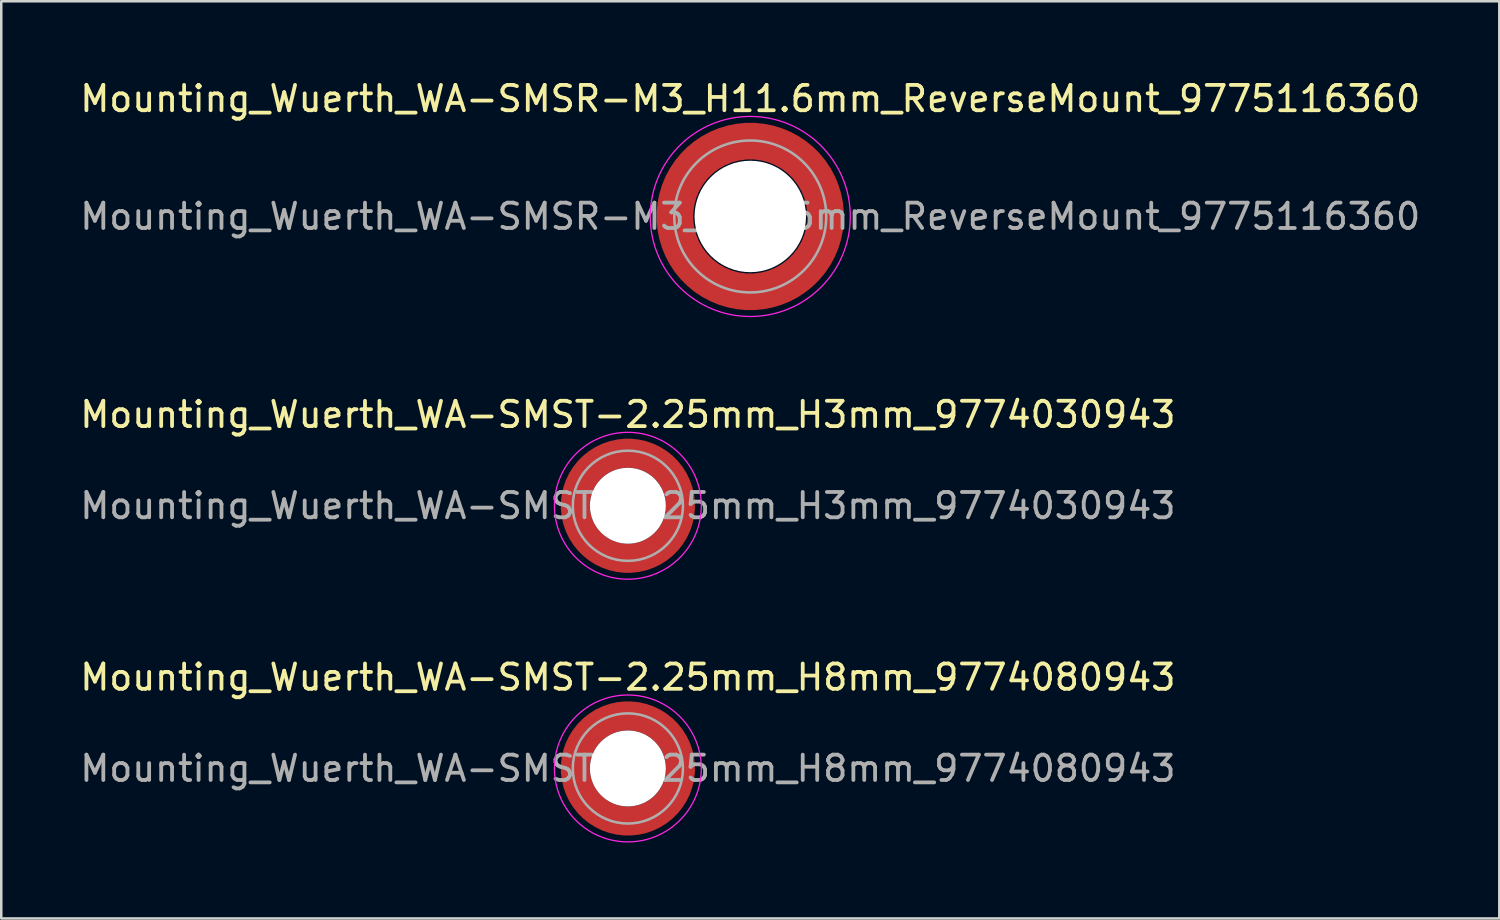
<source format=kicad_pcb>
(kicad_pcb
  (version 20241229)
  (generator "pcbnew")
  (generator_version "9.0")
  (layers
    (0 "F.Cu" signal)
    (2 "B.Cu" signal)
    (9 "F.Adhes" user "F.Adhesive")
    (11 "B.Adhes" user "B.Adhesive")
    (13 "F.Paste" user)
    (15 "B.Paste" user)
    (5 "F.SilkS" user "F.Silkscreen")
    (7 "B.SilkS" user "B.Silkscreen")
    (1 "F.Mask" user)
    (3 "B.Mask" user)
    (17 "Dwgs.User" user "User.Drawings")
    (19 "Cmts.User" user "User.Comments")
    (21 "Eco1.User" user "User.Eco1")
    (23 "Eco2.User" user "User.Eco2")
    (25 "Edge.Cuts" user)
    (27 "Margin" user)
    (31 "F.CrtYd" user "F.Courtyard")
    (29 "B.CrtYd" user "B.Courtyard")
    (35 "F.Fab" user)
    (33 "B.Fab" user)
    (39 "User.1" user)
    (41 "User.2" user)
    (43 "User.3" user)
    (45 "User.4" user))
  (footprint "Mounting_Wuerth_WA-SMST-2.25mm_H8mm_9774080943"
    (layer "F.Cu")
    (at 21.744 27.295)
    (property "Reference" "Mounting_Wuerth_WA-SMST-2.25mm_H8mm_9774080943" (at 0 -3.6 0) (layer "F.SilkS") (effects (font (size 1 1) (thickness 0.15))))
    (attr smd allow_soldermask_bridges)
    (fp_circle (center 0 0) (end 2.9 0) (stroke (width 0.05) (type solid)) (fill no) (layer "F.CrtYd"))
    (fp_circle (center 0 0) (end 2.175 0) (stroke (width 0.1) (type solid)) (fill no) (layer "F.Fab"))
    (fp_text user "${REFERENCE}" (at 0 0 0) (layer "F.Fab") (effects (font (size 1 1) (thickness 0.15))))
    (pad "" smd custom (at -1.453 -1.453) (size 0.505 0.505) (layers "F.Paste") (options (anchor circle)) (primitives (gr_arc (start -0.147677 1.053104) (mid 0.286378 0.286378) (end 1.053104 -0.147677) (width 0.2)) (gr_arc (start -0.240295 1.053104) (mid 0.222739 0.222739) (end 1.053104 -0.240295) (width 0.2)) (gr_arc (start -0.332645 1.053104) (mid 0.159099 0.159099) (end 1.053104 -0.332645) (width 0.2)) (gr_arc (start -0.424767 1.053104) (mid 0.095459 0.095459) (end 1.053104 -0.424767) (width 0.2)) (gr_arc (start -0.516693 1.053104) (mid 0.03182 0.03182) (end 1.053104 -0.516693) (width 0.2)) (gr_arc (start -0.608448 1.053104) (mid -0.03182 -0.03182) (end 1.053104 -0.608448) (width 0.2)) (gr_arc (start -0.700056 1.053104) (mid -0.095459 -0.095459) (end 1.053104 -0.700056) (width 0.2)) (gr_arc (start -0.791534 1.053104) (mid -0.159099 -0.159099) (end 1.053104 -0.791534) (width 0.2)) (gr_arc (start -0.882896 1.053104) (mid -0.222739 -0.222739) (end 1.053104 -0.882896) (width 0.2)) (gr_arc (start -0.974157 1.053104) (mid -0.286378 -0.286378) (end 1.053104 -0.974157) (width 0.2)) (gr_line (start 1.053 -0.148) (end 1.053 -0.974) (width 0.2)) (gr_line (start -0.148 1.053) (end -0.974 1.053) (width 0.2))))
    (pad "" smd custom (at -1.453 1.453) (size 0.505 0.505) (layers "F.Paste") (options (anchor circle)) (primitives (gr_arc (start 1.053104 0.147677) (mid 0.286378 -0.286378) (end -0.147677 -1.053104) (width 0.2)) (gr_arc (start 1.053104 0.240295) (mid 0.222739 -0.222739) (end -0.240295 -1.053104) (width 0.2)) (gr_arc (start 1.053104 0.332645) (mid 0.159099 -0.159099) (end -0.332645 -1.053104) (width 0.2)) (gr_arc (start 1.053104 0.424767) (mid 0.095459 -0.095459) (end -0.424767 -1.053104) (width 0.2)) (gr_arc (start 1.053104 0.516693) (mid 0.03182 -0.03182) (end -0.516693 -1.053104) (width 0.2)) (gr_arc (start 1.053104 0.608448) (mid -0.03182 0.03182) (end -0.608448 -1.053104) (width 0.2)) (gr_arc (start 1.053104 0.700056) (mid -0.095459 0.095459) (end -0.700056 -1.053104) (width 0.2)) (gr_arc (start 1.053104 0.791534) (mid -0.159099 0.159099) (end -0.791534 -1.053104) (width 0.2)) (gr_arc (start 1.053104 0.882896) (mid -0.222739 0.222739) (end -0.882896 -1.053104) (width 0.2)) (gr_arc (start 1.053104 0.974157) (mid -0.286378 0.286378) (end -0.974157 -1.053104) (width 0.2)) (gr_line (start -0.148 -1.053) (end -0.974 -1.053) (width 0.2)) (gr_line (start 1.053 0.148) (end 1.053 0.974) (width 0.2))))
    (pad "" np_thru_hole circle (at 0 0) (size 3 3) (drill 3) (layers "*.Cu" "*.Mask"))
    (pad "" smd custom (at 1.453 -1.453) (size 0.505 0.505) (layers "F.Paste") (options (anchor circle)) (primitives (gr_arc (start -1.053104 -0.147677) (mid -0.286378 0.286378) (end 0.147677 1.053104) (width 0.2)) (gr_arc (start -1.053104 -0.240295) (mid -0.222739 0.222739) (end 0.240295 1.053104) (width 0.2)) (gr_arc (start -1.053104 -0.332645) (mid -0.159099 0.159099) (end 0.332645 1.053104) (width 0.2)) (gr_arc (start -1.053104 -0.424767) (mid -0.095459 0.095459) (end 0.424767 1.053104) (width 0.2)) (gr_arc (start -1.053104 -0.516693) (mid -0.03182 0.03182) (end 0.516693 1.053104) (width 0.2)) (gr_arc (start -1.053104 -0.608448) (mid 0.03182 -0.03182) (end 0.608448 1.053104) (width 0.2)) (gr_arc (start -1.053104 -0.700056) (mid 0.095459 -0.095459) (end 0.700056 1.053104) (width 0.2)) (gr_arc (start -1.053104 -0.791534) (mid 0.159099 -0.159099) (end 0.791534 1.053104) (width 0.2)) (gr_arc (start -1.053104 -0.882896) (mid 0.222739 -0.222739) (end 0.882896 1.053104) (width 0.2)) (gr_arc (start -1.053104 -0.974157) (mid 0.286378 -0.286378) (end 0.974157 1.053104) (width 0.2)) (gr_line (start 0.148 1.053) (end 0.974 1.053) (width 0.2)) (gr_line (start -1.053 -0.148) (end -1.053 -0.974) (width 0.2))))
    (pad "" smd custom (at 1.453 1.453) (size 0.505 0.505) (layers "F.Paste") (options (anchor circle)) (primitives (gr_arc (start 0.147677 -1.053104) (mid -0.286378 -0.286378) (end -1.053104 0.147677) (width 0.2)) (gr_arc (start 0.240295 -1.053104) (mid -0.222739 -0.222739) (end -1.053104 0.240295) (width 0.2)) (gr_arc (start 0.332645 -1.053104) (mid -0.159099 -0.159099) (end -1.053104 0.332645) (width 0.2)) (gr_arc (start 0.424767 -1.053104) (mid -0.095459 -0.095459) (end -1.053104 0.424767) (width 0.2)) (gr_arc (start 0.516693 -1.053104) (mid -0.03182 -0.03182) (end -1.053104 0.516693) (width 0.2)) (gr_arc (start 0.608448 -1.053104) (mid 0.03182 0.03182) (end -1.053104 0.608448) (width 0.2)) (gr_arc (start 0.700056 -1.053104) (mid 0.095459 0.095459) (end -1.053104 0.700056) (width 0.2)) (gr_arc (start 0.791534 -1.053104) (mid 0.159099 0.159099) (end -1.053104 0.791534) (width 0.2)) (gr_arc (start 0.882896 -1.053104) (mid 0.222739 0.222739) (end -1.053104 0.882896) (width 0.2)) (gr_arc (start 0.974157 -1.053104) (mid 0.286378 0.286378) (end -1.053104 0.974157) (width 0.2)) (gr_line (start -1.053 0.148) (end -1.053 0.974) (width 0.2)) (gr_line (start 0.148 -1.053) (end 0.974 -1.053) (width 0.2))))
    (pad "1" smd circle (at -2.075 0) (size 0.642 0.642) (layers "F.Cu"))
    (pad "1" smd circle (at 0 -2.075) (size 0.642 0.642) (layers "F.Cu"))
    (pad "1" smd circle (at 0 2.075) (size 0.642 0.642) (layers "F.Cu"))
    (pad "1" smd custom (at 2.075 0) (size 1.15 1.15) (layers "F.Cu" "F.Mask") (options (anchor circle)) (primitives (gr_circle (center -2.075 0) (end 0 0) (width 1.15) (fill no)))))
  (footprint "Mounting_Wuerth_WA-SMST-2.25mm_H3mm_9774030943"
    (layer "F.Cu")
    (at 21.744 16.922)
    (property "Reference" "Mounting_Wuerth_WA-SMST-2.25mm_H3mm_9774030943" (at 0 -3.6 0) (layer "F.SilkS") (effects (font (size 1 1) (thickness 0.15))))
    (attr smd allow_soldermask_bridges)
    (fp_circle (center 0 0) (end 2.9 0) (stroke (width 0.05) (type solid)) (fill no) (layer "F.CrtYd"))
    (fp_circle (center 0 0) (end 2.175 0) (stroke (width 0.1) (type solid)) (fill no) (layer "F.Fab"))
    (fp_text user "${REFERENCE}" (at 0 0 0) (layer "F.Fab") (effects (font (size 1 1) (thickness 0.15))))
    (pad "" smd custom (at -1.453 -1.453) (size 0.505 0.505) (layers "F.Paste") (options (anchor circle)) (primitives (gr_arc (start -0.147677 1.053104) (mid 0.286378 0.286378) (end 1.053104 -0.147677) (width 0.2)) (gr_arc (start -0.240295 1.053104) (mid 0.222739 0.222739) (end 1.053104 -0.240295) (width 0.2)) (gr_arc (start -0.332645 1.053104) (mid 0.159099 0.159099) (end 1.053104 -0.332645) (width 0.2)) (gr_arc (start -0.424767 1.053104) (mid 0.095459 0.095459) (end 1.053104 -0.424767) (width 0.2)) (gr_arc (start -0.516693 1.053104) (mid 0.03182 0.03182) (end 1.053104 -0.516693) (width 0.2)) (gr_arc (start -0.608448 1.053104) (mid -0.03182 -0.03182) (end 1.053104 -0.608448) (width 0.2)) (gr_arc (start -0.700056 1.053104) (mid -0.095459 -0.095459) (end 1.053104 -0.700056) (width 0.2)) (gr_arc (start -0.791534 1.053104) (mid -0.159099 -0.159099) (end 1.053104 -0.791534) (width 0.2)) (gr_arc (start -0.882896 1.053104) (mid -0.222739 -0.222739) (end 1.053104 -0.882896) (width 0.2)) (gr_arc (start -0.974157 1.053104) (mid -0.286378 -0.286378) (end 1.053104 -0.974157) (width 0.2)) (gr_line (start 1.053 -0.148) (end 1.053 -0.974) (width 0.2)) (gr_line (start -0.148 1.053) (end -0.974 1.053) (width 0.2))))
    (pad "" smd custom (at -1.453 1.453) (size 0.505 0.505) (layers "F.Paste") (options (anchor circle)) (primitives (gr_arc (start 1.053104 0.147677) (mid 0.286378 -0.286378) (end -0.147677 -1.053104) (width 0.2)) (gr_arc (start 1.053104 0.240295) (mid 0.222739 -0.222739) (end -0.240295 -1.053104) (width 0.2)) (gr_arc (start 1.053104 0.332645) (mid 0.159099 -0.159099) (end -0.332645 -1.053104) (width 0.2)) (gr_arc (start 1.053104 0.424767) (mid 0.095459 -0.095459) (end -0.424767 -1.053104) (width 0.2)) (gr_arc (start 1.053104 0.516693) (mid 0.03182 -0.03182) (end -0.516693 -1.053104) (width 0.2)) (gr_arc (start 1.053104 0.608448) (mid -0.03182 0.03182) (end -0.608448 -1.053104) (width 0.2)) (gr_arc (start 1.053104 0.700056) (mid -0.095459 0.095459) (end -0.700056 -1.053104) (width 0.2)) (gr_arc (start 1.053104 0.791534) (mid -0.159099 0.159099) (end -0.791534 -1.053104) (width 0.2)) (gr_arc (start 1.053104 0.882896) (mid -0.222739 0.222739) (end -0.882896 -1.053104) (width 0.2)) (gr_arc (start 1.053104 0.974157) (mid -0.286378 0.286378) (end -0.974157 -1.053104) (width 0.2)) (gr_line (start -0.148 -1.053) (end -0.974 -1.053) (width 0.2)) (gr_line (start 1.053 0.148) (end 1.053 0.974) (width 0.2))))
    (pad "" np_thru_hole circle (at 0 0) (size 3 3) (drill 3) (layers "*.Cu" "*.Mask"))
    (pad "" smd custom (at 1.453 -1.453) (size 0.505 0.505) (layers "F.Paste") (options (anchor circle)) (primitives (gr_arc (start -1.053104 -0.147677) (mid -0.286378 0.286378) (end 0.147677 1.053104) (width 0.2)) (gr_arc (start -1.053104 -0.240295) (mid -0.222739 0.222739) (end 0.240295 1.053104) (width 0.2)) (gr_arc (start -1.053104 -0.332645) (mid -0.159099 0.159099) (end 0.332645 1.053104) (width 0.2)) (gr_arc (start -1.053104 -0.424767) (mid -0.095459 0.095459) (end 0.424767 1.053104) (width 0.2)) (gr_arc (start -1.053104 -0.516693) (mid -0.03182 0.03182) (end 0.516693 1.053104) (width 0.2)) (gr_arc (start -1.053104 -0.608448) (mid 0.03182 -0.03182) (end 0.608448 1.053104) (width 0.2)) (gr_arc (start -1.053104 -0.700056) (mid 0.095459 -0.095459) (end 0.700056 1.053104) (width 0.2)) (gr_arc (start -1.053104 -0.791534) (mid 0.159099 -0.159099) (end 0.791534 1.053104) (width 0.2)) (gr_arc (start -1.053104 -0.882896) (mid 0.222739 -0.222739) (end 0.882896 1.053104) (width 0.2)) (gr_arc (start -1.053104 -0.974157) (mid 0.286378 -0.286378) (end 0.974157 1.053104) (width 0.2)) (gr_line (start 0.148 1.053) (end 0.974 1.053) (width 0.2)) (gr_line (start -1.053 -0.148) (end -1.053 -0.974) (width 0.2))))
    (pad "" smd custom (at 1.453 1.453) (size 0.505 0.505) (layers "F.Paste") (options (anchor circle)) (primitives (gr_arc (start 0.147677 -1.053104) (mid -0.286378 -0.286378) (end -1.053104 0.147677) (width 0.2)) (gr_arc (start 0.240295 -1.053104) (mid -0.222739 -0.222739) (end -1.053104 0.240295) (width 0.2)) (gr_arc (start 0.332645 -1.053104) (mid -0.159099 -0.159099) (end -1.053104 0.332645) (width 0.2)) (gr_arc (start 0.424767 -1.053104) (mid -0.095459 -0.095459) (end -1.053104 0.424767) (width 0.2)) (gr_arc (start 0.516693 -1.053104) (mid -0.03182 -0.03182) (end -1.053104 0.516693) (width 0.2)) (gr_arc (start 0.608448 -1.053104) (mid 0.03182 0.03182) (end -1.053104 0.608448) (width 0.2)) (gr_arc (start 0.700056 -1.053104) (mid 0.095459 0.095459) (end -1.053104 0.700056) (width 0.2)) (gr_arc (start 0.791534 -1.053104) (mid 0.159099 0.159099) (end -1.053104 0.791534) (width 0.2)) (gr_arc (start 0.882896 -1.053104) (mid 0.222739 0.222739) (end -1.053104 0.882896) (width 0.2)) (gr_arc (start 0.974157 -1.053104) (mid 0.286378 0.286378) (end -1.053104 0.974157) (width 0.2)) (gr_line (start -1.053 0.148) (end -1.053 0.974) (width 0.2)) (gr_line (start 0.148 -1.053) (end 0.974 -1.053) (width 0.2))))
    (pad "1" smd circle (at -2.075 0) (size 0.642 0.642) (layers "F.Cu"))
    (pad "1" smd circle (at 0 -2.075) (size 0.642 0.642) (layers "F.Cu"))
    (pad "1" smd circle (at 0 2.075) (size 0.642 0.642) (layers "F.Cu"))
    (pad "1" smd custom (at 2.075 0) (size 1.15 1.15) (layers "F.Cu" "F.Mask") (options (anchor circle)) (primitives (gr_circle (center -2.075 0) (end 0 0) (width 1.15) (fill no)))))
  (footprint "Mounting_Wuerth_WA-SMSR-M3_H11.6mm_ReverseMount_9775116360"
    (layer "F.Cu")
    (at 26.577 5.498)
    (property "Reference" "Mounting_Wuerth_WA-SMSR-M3_H11.6mm_ReverseMount_9775116360" (at 0 -4.65 0) (layer "F.SilkS") (effects (font (size 1 1) (thickness 0.15))))
    (attr smd allow_soldermask_bridges)
    (fp_circle (center 0 0) (end 3.95 0) (stroke (width 0.05) (type solid)) (fill no) (layer "F.CrtYd"))
    (fp_circle (center 0 0) (end 3 0) (stroke (width 0.1) (type solid)) (fill no) (layer "F.Fab"))
    (fp_text user "${REFERENCE}" (at 0 0 0) (layer "F.Fab") (effects (font (size 1 1) (thickness 0.15))))
    (pad "" smd custom (at -2.095 -2.095) (size 0.672 0.672) (layers "F.Paste") (options (anchor circle)) (primitives (gr_arc (start -0.24231 1.594804) (mid 0.404819 0.404819) (end 1.594804 -0.24231) (width 0.2)) (gr_arc (start -0.3398 1.594804) (mid 0.337349 0.337349) (end 1.594804 -0.3398) (width 0.2)) (gr_arc (start -0.437132 1.594804) (mid 0.269879 0.269879) (end 1.594804 -0.437132) (width 0.2)) (gr_arc (start -0.534324 1.594804) (mid 0.202409 0.202409) (end 1.594804 -0.534324) (width 0.2)) (gr_arc (start -0.631391 1.594804) (mid 0.13494 0.13494) (end 1.594804 -0.631391) (width 0.2)) (gr_arc (start -0.728345 1.594804) (mid 0.06747 0.06747) (end 1.594804 -0.728345) (width 0.2)) (gr_arc (start -0.825197 1.594804) (mid 0 0) (end 1.594804 -0.825197) (width 0.2)) (gr_arc (start -0.921958 1.594804) (mid -0.06747 -0.06747) (end 1.594804 -0.921958) (width 0.2)) (gr_arc (start -1.018637 1.594804) (mid -0.13494 -0.13494) (end 1.594804 -1.018637) (width 0.2)) (gr_arc (start -1.115239 1.594804) (mid -0.202409 -0.202409) (end 1.594804 -1.115239) (width 0.2)) (gr_arc (start -1.211773 1.594804) (mid -0.269879 -0.269879) (end 1.594804 -1.211773) (width 0.2)) (gr_arc (start -1.308244 1.594804) (mid -0.337349 -0.337349) (end 1.594804 -1.308244) (width 0.2)) (gr_arc (start -1.404657 1.594804) (mid -0.404819 -0.404819) (end 1.594804 -1.404657) (width 0.2)) (gr_arc (start -1.404657 1.594804) (mid -0.404819 -0.404819) (end 1.594804 -1.404657) (width 0.2)) (gr_line (start 1.595 -0.242) (end 1.595 -1.405) (width 0.2)) (gr_line (start -0.242 1.595) (end -1.405 1.595) (width 0.2))))
    (pad "" smd custom (at -2.095 2.095) (size 0.672 0.672) (layers "F.Paste") (options (anchor circle)) (primitives (gr_arc (start 1.594804 0.24231) (mid 0.404819 -0.404819) (end -0.24231 -1.594804) (width 0.2)) (gr_arc (start 1.594804 0.3398) (mid 0.337349 -0.337349) (end -0.3398 -1.594804) (width 0.2)) (gr_arc (start 1.594804 0.437132) (mid 0.269879 -0.269879) (end -0.437132 -1.594804) (width 0.2)) (gr_arc (start 1.594804 0.534324) (mid 0.202409 -0.202409) (end -0.534324 -1.594804) (width 0.2)) (gr_arc (start 1.594804 0.631391) (mid 0.13494 -0.13494) (end -0.631391 -1.594804) (width 0.2)) (gr_arc (start 1.594804 0.728345) (mid 0.06747 -0.06747) (end -0.728345 -1.594804) (width 0.2)) (gr_arc (start 1.594804 0.825197) (mid 0 0) (end -0.825197 -1.594804) (width 0.2)) (gr_arc (start 1.594804 0.921958) (mid -0.06747 0.06747) (end -0.921958 -1.594804) (width 0.2)) (gr_arc (start 1.594804 1.018637) (mid -0.13494 0.13494) (end -1.018637 -1.594804) (width 0.2)) (gr_arc (start 1.594804 1.115239) (mid -0.202409 0.202409) (end -1.115239 -1.594804) (width 0.2)) (gr_arc (start 1.594804 1.211773) (mid -0.269879 0.269879) (end -1.211773 -1.594804) (width 0.2)) (gr_arc (start 1.594804 1.308244) (mid -0.337349 0.337349) (end -1.308244 -1.594804) (width 0.2)) (gr_arc (start 1.594804 1.404657) (mid -0.404819 0.404819) (end -1.404657 -1.594804) (width 0.2)) (gr_arc (start 1.594804 1.404657) (mid -0.404819 0.404819) (end -1.404657 -1.594804) (width 0.2)) (gr_line (start -0.242 -1.595) (end -1.405 -1.595) (width 0.2)) (gr_line (start 1.595 0.242) (end 1.595 1.405) (width 0.2))))
    (pad "" np_thru_hole circle (at 0 0) (size 4.4 4.4) (drill 4.4) (layers "*.Cu" "*.Mask"))
    (pad "" smd custom (at 2.095 -2.095) (size 0.672 0.672) (layers "F.Paste") (options (anchor circle)) (primitives (gr_arc (start -1.594804 -0.24231) (mid -0.404819 0.404819) (end 0.24231 1.594804) (width 0.2)) (gr_arc (start -1.594804 -0.3398) (mid -0.337349 0.337349) (end 0.3398 1.594804) (width 0.2)) (gr_arc (start -1.594804 -0.437132) (mid -0.269879 0.269879) (end 0.437132 1.594804) (width 0.2)) (gr_arc (start -1.594804 -0.534324) (mid -0.202409 0.202409) (end 0.534324 1.594804) (width 0.2)) (gr_arc (start -1.594804 -0.631391) (mid -0.13494 0.13494) (end 0.631391 1.594804) (width 0.2)) (gr_arc (start -1.594804 -0.728345) (mid -0.06747 0.06747) (end 0.728345 1.594804) (width 0.2)) (gr_arc (start -1.594804 -0.825197) (mid 0 0) (end 0.825197 1.594804) (width 0.2)) (gr_arc (start -1.594804 -0.921958) (mid 0.06747 -0.06747) (end 0.921958 1.594804) (width 0.2)) (gr_arc (start -1.594804 -1.018637) (mid 0.13494 -0.13494) (end 1.018637 1.594804) (width 0.2)) (gr_arc (start -1.594804 -1.115239) (mid 0.202409 -0.202409) (end 1.115239 1.594804) (width 0.2)) (gr_arc (start -1.594804 -1.211773) (mid 0.269879 -0.269879) (end 1.211773 1.594804) (width 0.2)) (gr_arc (start -1.594804 -1.308244) (mid 0.337349 -0.337349) (end 1.308244 1.594804) (width 0.2)) (gr_arc (start -1.594804 -1.404657) (mid 0.404819 -0.404819) (end 1.404657 1.594804) (width 0.2)) (gr_arc (start -1.594804 -1.404657) (mid 0.404819 -0.404819) (end 1.404657 1.594804) (width 0.2)) (gr_line (start 0.242 1.595) (end 1.405 1.595) (width 0.2)) (gr_line (start -1.595 -0.242) (end -1.595 -1.405) (width 0.2))))
    (pad "" smd custom (at 2.095 2.095) (size 0.672 0.672) (layers "F.Paste") (options (anchor circle)) (primitives (gr_arc (start 0.24231 -1.594804) (mid -0.404819 -0.404819) (end -1.594804 0.24231) (width 0.2)) (gr_arc (start 0.3398 -1.594804) (mid -0.337349 -0.337349) (end -1.594804 0.3398) (width 0.2)) (gr_arc (start 0.437132 -1.594804) (mid -0.269879 -0.269879) (end -1.594804 0.437132) (width 0.2)) (gr_arc (start 0.534324 -1.594804) (mid -0.202409 -0.202409) (end -1.594804 0.534324) (width 0.2)) (gr_arc (start 0.631391 -1.594804) (mid -0.13494 -0.13494) (end -1.594804 0.631391) (width 0.2)) (gr_arc (start 0.728345 -1.594804) (mid -0.06747 -0.06747) (end -1.594804 0.728345) (width 0.2)) (gr_arc (start 0.825197 -1.594804) (mid 0 0) (end -1.594804 0.825197) (width 0.2)) (gr_arc (start 0.921958 -1.594804) (mid 0.06747 0.06747) (end -1.594804 0.921958) (width 0.2)) (gr_arc (start 1.018637 -1.594804) (mid 0.13494 0.13494) (end -1.594804 1.018637) (width 0.2)) (gr_arc (start 1.115239 -1.594804) (mid 0.202409 0.202409) (end -1.594804 1.115239) (width 0.2)) (gr_arc (start 1.211773 -1.594804) (mid 0.269879 0.269879) (end -1.594804 1.211773) (width 0.2)) (gr_arc (start 1.308244 -1.594804) (mid 0.337349 0.337349) (end -1.594804 1.308244) (width 0.2)) (gr_arc (start 1.404657 -1.594804) (mid 0.404819 0.404819) (end -1.594804 1.404657) (width 0.2)) (gr_arc (start 1.404657 -1.594804) (mid 0.404819 0.404819) (end -1.594804 1.404657) (width 0.2)) (gr_line (start -1.595 0.242) (end -1.595 1.405) (width 0.2)) (gr_line (start 0.242 -1.595) (end 1.405 -1.595) (width 0.2))))
    (pad "1" smd circle (at -2.975 0) (size 0.942 0.942) (layers "F.Cu"))
    (pad "1" smd circle (at 0 -2.975) (size 0.942 0.942) (layers "F.Cu"))
    (pad "1" smd circle (at 0 2.975) (size 0.942 0.942) (layers "F.Cu"))
    (pad "1" smd custom (at 2.975 0) (size 1.45 1.45) (layers "F.Cu" "F.Mask") (options (anchor circle)) (primitives (gr_circle (center -2.975 0) (end 0 0) (width 1.45) (fill no)))))
  (gr_rect
    (start -3 -3)
    (end 56.155 33.22)
    (stroke (width 0.1) (type default))
    (fill no)
    (layer "Edge.Cuts")))
</source>
